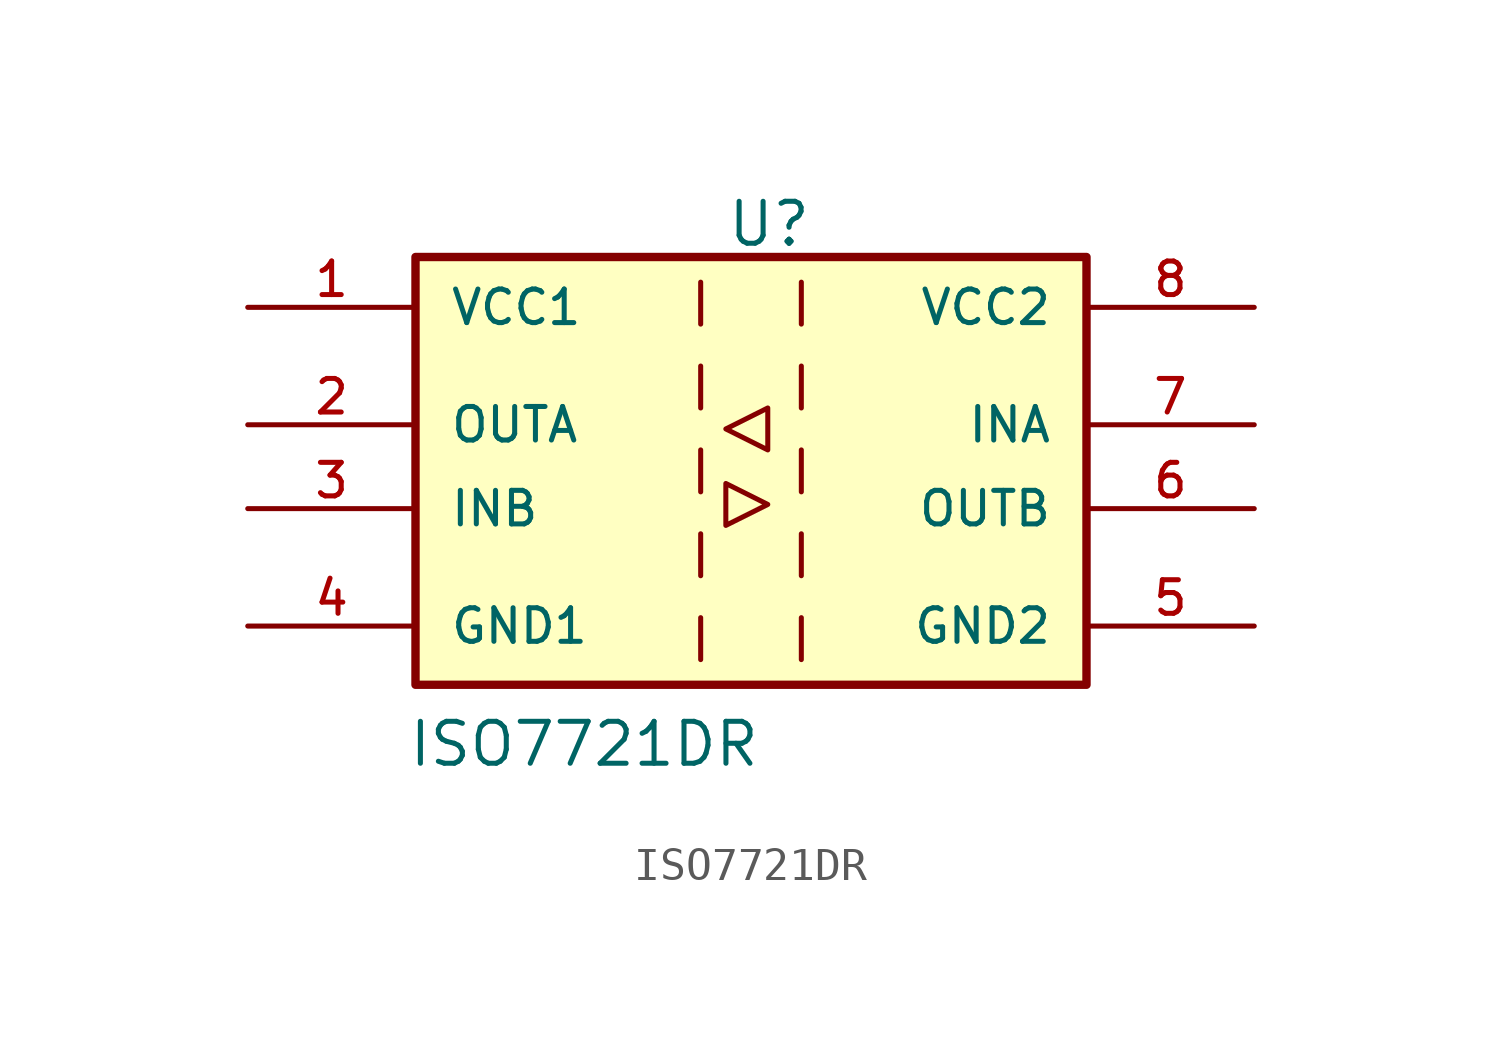
<source format=kicad_sym>
(kicad_symbol_lib
  (version 20211014)
  (generator kicad_symbol_editor)
  (symbol "ISO7721DR"
    (pin_names
      (offset 1.016))
    (property "Reference" "U"
      (at -0.762 7.874 0)
      (effects (font (size 1.27 1.27)) (justify left bottom)))
    (property "Value" "ISO7721DR"
      (at -10.414 -7.874 0)
      (effects (font (size 1.27 1.27)) (justify left bottom)))
    (symbol "ISO7721DR_0_0"
      (rectangle (start -10.16 7.62) (end 10.16 -5.334) (stroke (width 0.254) (type default) (color 0 0 0 0)) (fill (type background)))
      (pin power_in line (at -15.24 6.096 0) (length 5.08) (name "VCC1" (effects (font (size 1.016 1.016)))) (number "1" (effects (font (size 1.016 1.016)))))
      (pin output line (at -15.24 2.54 0) (length 5.08) (name "OUTA" (effects (font (size 1.016 1.016)))) (number "2" (effects (font (size 1.016 1.016)))))
      (pin input line (at -15.24 0 0) (length 5.08) (name "INB" (effects (font (size 1.016 1.016)))) (number "3" (effects (font (size 1.016 1.016)))))
      (pin power_in line (at -15.24 -3.556 0) (length 5.08) (name "GND1" (effects (font (size 1.016 1.016)))) (number "4" (effects (font (size 1.016 1.016)))))
      (pin power_in line (at 15.24 -3.556 180) (length 5.08) (name "GND2" (effects (font (size 1.016 1.016)))) (number "5" (effects (font (size 1.016 1.016)))))
      (pin output line (at 15.24 0 180) (length 5.08) (name "OUTB" (effects (font (size 1.016 1.016)))) (number "6" (effects (font (size 1.016 1.016)))))
      (pin input line (at 15.24 2.54 180) (length 5.08) (name "INA" (effects (font (size 1.016 1.016)))) (number "7" (effects (font (size 1.016 1.016)))))
      (pin power_in line (at 15.24 6.096 180) (length 5.08) (name "VCC2" (effects (font (size 1.016 1.016)))) (number "8" (effects (font (size 1.016 1.016))))))
    (symbol "ISO7721DR_0_1"
      (polyline (pts (xy -1.524 -3.302) (xy -1.524 -4.572)) (stroke (width 0) (type default) (color 0 0 0 0)) (fill (type none)))
      (polyline (pts (xy -1.524 -0.762) (xy -1.524 -2.032)) (stroke (width 0) (type default) (color 0 0 0 0)) (fill (type none)))
      (polyline (pts (xy -1.524 1.778) (xy -1.524 0.508)) (stroke (width 0) (type default) (color 0 0 0 0)) (fill (type none)))
      (polyline (pts (xy -1.524 4.318) (xy -1.524 3.048)) (stroke (width 0) (type default) (color 0 0 0 0)) (fill (type none)))
      (polyline (pts (xy -1.524 6.858) (xy -1.524 5.588)) (stroke (width 0) (type default) (color 0 0 0 0)) (fill (type none)))
      (polyline (pts (xy 1.524 -3.302) (xy 1.524 -4.572)) (stroke (width 0) (type default) (color 0 0 0 0)) (fill (type none)))
      (polyline (pts (xy 1.524 -0.762) (xy 1.524 -2.032)) (stroke (width 0) (type default) (color 0 0 0 0)) (fill (type none)))
      (polyline (pts (xy 1.524 1.778) (xy 1.524 0.508)) (stroke (width 0) (type default) (color 0 0 0 0)) (fill (type none)))
      (polyline (pts (xy 1.524 4.318) (xy 1.524 3.048)) (stroke (width 0) (type default) (color 0 0 0 0)) (fill (type none)))
      (polyline (pts (xy 1.524 6.858) (xy 1.524 5.588)) (stroke (width 0) (type default) (color 0 0 0 0)) (fill (type none)))
      (polyline (pts (xy -0.762 0.762) (xy -0.762 -0.508) (xy 0.508 0.127) (xy -0.762 0.762)) (stroke (width 0) (type default) (color 0 0 0 0)) (fill (type none)))
      (polyline (pts (xy 0.508 1.778) (xy 0.508 3.048) (xy -0.762 2.413) (xy 0.508 1.778)) (stroke (width 0) (type default) (color 0 0 0 0)) (fill (type none))))))
</source>
